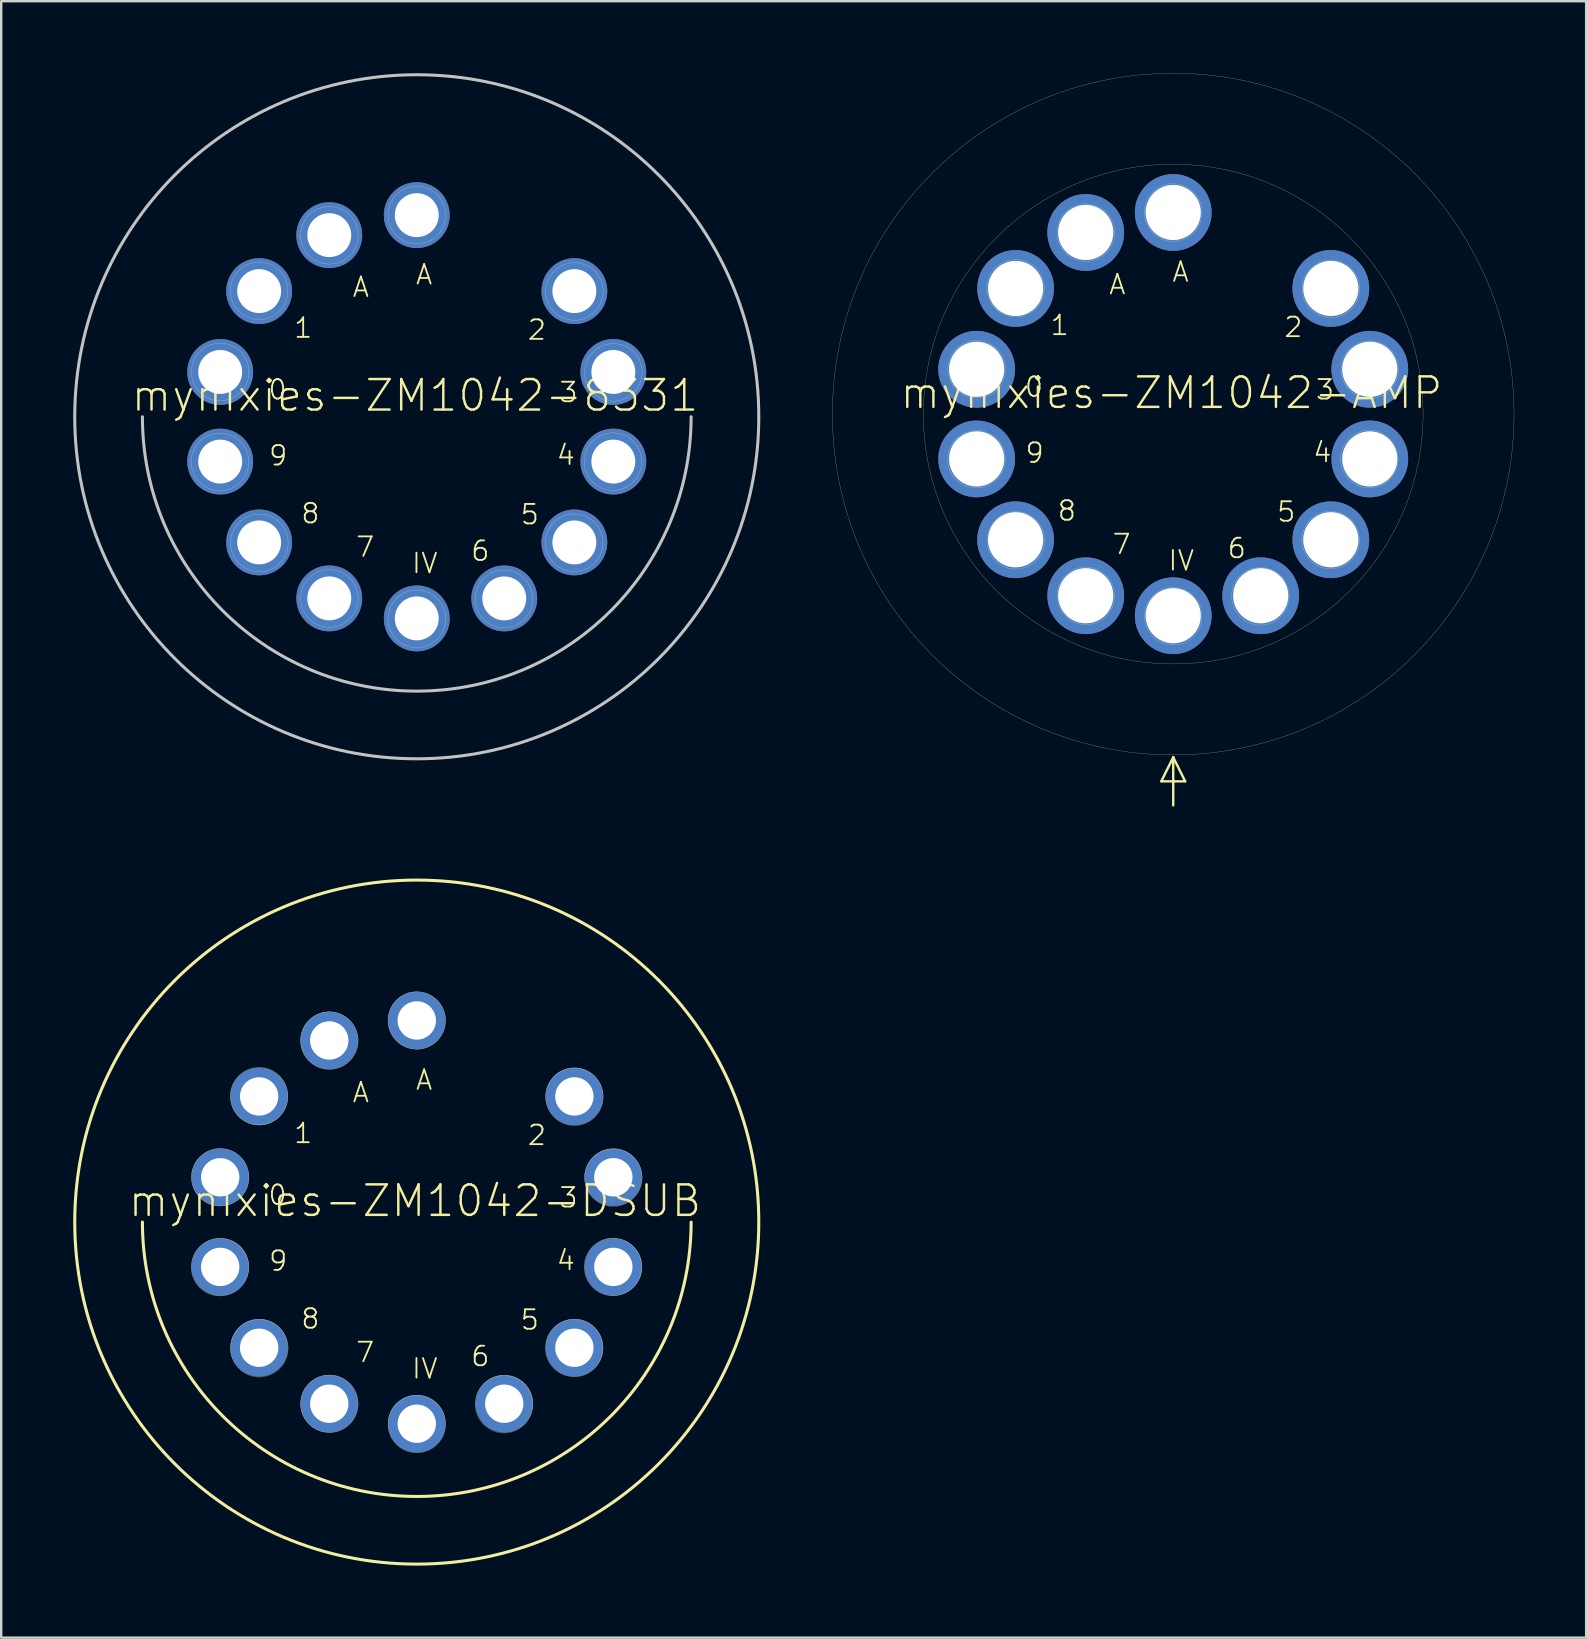
<source format=kicad_pcb>
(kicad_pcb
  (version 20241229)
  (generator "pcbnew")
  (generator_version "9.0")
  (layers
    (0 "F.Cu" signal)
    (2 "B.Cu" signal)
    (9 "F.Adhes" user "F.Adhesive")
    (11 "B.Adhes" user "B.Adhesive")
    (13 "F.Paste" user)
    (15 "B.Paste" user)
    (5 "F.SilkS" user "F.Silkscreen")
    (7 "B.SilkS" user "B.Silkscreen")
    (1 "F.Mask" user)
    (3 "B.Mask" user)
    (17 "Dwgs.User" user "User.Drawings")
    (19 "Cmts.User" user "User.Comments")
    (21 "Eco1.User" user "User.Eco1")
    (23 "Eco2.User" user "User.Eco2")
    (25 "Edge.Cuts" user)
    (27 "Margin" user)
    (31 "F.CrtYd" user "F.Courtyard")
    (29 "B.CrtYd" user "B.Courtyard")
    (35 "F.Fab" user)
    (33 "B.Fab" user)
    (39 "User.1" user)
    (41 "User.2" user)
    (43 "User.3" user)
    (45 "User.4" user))
  (footprint "mynixies-ZM1042-AMP"
    (layer "F.Cu")
    (at 45.828 14.202)
    (property "Reference" "mynixies-ZM1042-AMP" (at -0.074 -0.884 0) (layer "F.SilkS") (effects (font (size 1.27 1.27) (thickness 0.102))))
    (attr exclude_from_pos_files exclude_from_bom)
    (fp_line (start -0.498 15.298) (end 0.498 15.298) (stroke (width 0.1) (type solid)) (layer "F.SilkS"))
    (fp_line (start 0 14.298) (end -0.498 15.298) (stroke (width 0.1) (type solid)) (layer "F.SilkS"))
    (fp_line (start 0 14.298) (end 0 16.299) (stroke (width 0.1) (type solid)) (layer "F.SilkS"))
    (fp_line (start 0.498 15.298) (end 0 14.298) (stroke (width 0.1) (type solid)) (layer "F.SilkS"))
    (fp_circle (center -8.199 1.88) (end -8.199 0.681) (stroke (width 0.008) (type solid)) (fill no) (layer "F.SilkS"))
    (fp_circle (center -8.189 -1.869) (end -8.189 -3.068) (stroke (width 0.008) (type solid)) (fill no) (layer "F.SilkS"))
    (fp_circle (center -6.568 -5.248) (end -6.568 -6.447) (stroke (width 0.008) (type solid)) (fill no) (layer "F.SilkS"))
    (fp_circle (center -6.558 5.258) (end -6.558 4.059) (stroke (width 0.008) (type solid)) (fill no) (layer "F.SilkS"))
    (fp_circle (center -3.64 -7.559) (end -3.64 -8.758) (stroke (width 0.008) (type solid)) (fill no) (layer "F.SilkS"))
    (fp_circle (center -3.64 7.569) (end -3.64 6.37) (stroke (width 0.008) (type solid)) (fill no) (layer "F.SilkS"))
    (fp_circle (center 0 -8.4) (end 0 -9.599) (stroke (width 0.008) (type solid)) (fill no) (layer "F.SilkS"))
    (fp_circle (center 0 0) (end 0 -14.199) (stroke (width 0.008) (type solid)) (fill no) (layer "F.SilkS"))
    (fp_circle (center 0 0) (end 0 -10.409) (stroke (width 0.008) (type solid)) (fill no) (layer "F.SilkS"))
    (fp_circle (center 0 8.418) (end 0 7.219) (stroke (width 0.008) (type solid)) (fill no) (layer "F.SilkS"))
    (fp_circle (center 3.63 7.59) (end 3.63 6.391) (stroke (width 0.008) (type solid)) (fill no) (layer "F.SilkS"))
    (fp_circle (center 6.558 5.248) (end 6.558 4.049) (stroke (width 0.008) (type solid)) (fill no) (layer "F.SilkS"))
    (fp_circle (center 6.568 -5.22) (end 6.568 -6.419) (stroke (width 0.008) (type solid)) (fill no) (layer "F.SilkS"))
    (fp_circle (center 8.169 1.869) (end 8.169 0.671) (stroke (width 0.008) (type solid)) (fill no) (layer "F.SilkS"))
    (fp_circle (center 8.189 -1.849) (end 8.189 -3.048) (stroke (width 0.008) (type solid)) (fill no) (layer "F.SilkS"))
    (fp_text user "1" (at -4.732 -3.703 0) (layer "F.SilkS") (effects (font (size 0.813 0.813) (thickness 0.076))))
    (fp_text user "0" (at -5.801 -1.13 0) (layer "F.SilkS") (effects (font (size 0.813 0.813) (thickness 0.076))))
    (fp_text user "IV" (at 0.335 6.104 0) (layer "F.SilkS") (effects (font (size 0.813 0.813) (thickness 0.076))))
    (fp_text user "2" (at 5.004 -3.619 0) (layer "F.SilkS") (effects (font (size 0.813 0.813) (thickness 0.076))))
    (fp_text user "6" (at 2.647 5.591 0) (layer "F.SilkS") (effects (font (size 0.813 0.813) (thickness 0.076))))
    (fp_text user "9" (at -5.773 1.618 0) (layer "F.SilkS") (effects (font (size 0.813 0.813) (thickness 0.076))))
    (fp_text user "4" (at 6.21 1.593 0) (layer "F.SilkS") (effects (font (size 0.813 0.813) (thickness 0.076))))
    (fp_text user "A" (at -2.329 -5.403 0) (layer "F.SilkS") (effects (font (size 0.813 0.813) (thickness 0.076))))
    (fp_text user "A" (at 0.307 -5.923 0) (layer "F.SilkS") (effects (font (size 0.813 0.813) (thickness 0.076))))
    (fp_text user "5" (at 4.709 4.072 0) (layer "F.SilkS") (effects (font (size 0.813 0.813) (thickness 0.076))))
    (fp_text user "3" (at 6.322 -1.019 0) (layer "F.SilkS") (effects (font (size 0.813 0.813) (thickness 0.076))))
    (fp_text user "8" (at -4.432 4.028 0) (layer "F.SilkS") (effects (font (size 0.813 0.813) (thickness 0.076))))
    (fp_text user "7" (at -2.151 5.423 0) (layer "F.SilkS") (effects (font (size 0.813 0.813) (thickness 0.076))))
    (pad "0" thru_hole circle (at -8.189 -1.867) (size 3.198 3.198) (drill 2.299) (layers "*.Cu" "*.Mask"))
    (pad "1" thru_hole circle (at -6.566 -5.235) (size 3.198 3.198) (drill 2.299) (layers "*.Cu" "*.Mask"))
    (pad "2" thru_hole circle (at 6.566 -5.235) (size 3.198 3.198) (drill 2.299) (layers "*.Cu" "*.Mask"))
    (pad "3" thru_hole circle (at 8.189 -1.867) (size 3.198 3.198) (drill 2.299) (layers "*.Cu" "*.Mask"))
    (pad "4" thru_hole circle (at 8.189 1.867) (size 3.198 3.198) (drill 2.299) (layers "*.Cu" "*.Mask"))
    (pad "5" thru_hole circle (at 6.566 5.235) (size 3.198 3.198) (drill 2.299) (layers "*.Cu" "*.Mask"))
    (pad "6" thru_hole circle (at 3.645 7.567) (size 3.198 3.198) (drill 2.299) (layers "*.Cu" "*.Mask"))
    (pad "7" thru_hole circle (at -3.645 7.567) (size 3.198 3.198) (drill 2.299) (layers "*.Cu" "*.Mask"))
    (pad "8" thru_hole circle (at -6.566 5.235) (size 3.198 3.198) (drill 2.299) (layers "*.Cu" "*.Mask"))
    (pad "9" thru_hole circle (at -8.189 1.867) (size 3.198 3.198) (drill 2.299) (layers "*.Cu" "*.Mask"))
    (pad "A" thru_hole circle (at 0 -8.4) (size 3.198 3.198) (drill 2.299) (layers "*.Cu" "*.Mask"))
    (pad "A1" thru_hole circle (at -3.645 -7.567) (size 3.198 3.198) (drill 2.299) (layers "*.Cu" "*.Mask"))
    (pad "IV" thru_hole circle (at 0 8.4) (size 3.198 3.198) (drill 2.299) (layers "*.Cu" "*.Mask")))
  (footprint "mynixies-ZM1042-DSUB"
    (layer "F.Cu")
    (at 14.313 47.864)
    (property "Reference" "mynixies-ZM1042-DSUB" (at -0.074 -0.884 0) (layer "F.SilkS") (effects (font (size 1.27 1.27) (thickness 0.102))))
    (attr exclude_from_pos_files exclude_from_bom)
    (fp_arc (start 11.43 0) (mid 0 11.43) (end -11.43 0) (stroke (width 0.127) (type solid)) (layer "F.SilkS"))
    (fp_circle (center -8.199 1.88) (end -8.199 0.681) (stroke (width 0.008) (type solid)) (fill no) (layer "F.SilkS"))
    (fp_circle (center -8.189 -1.869) (end -8.189 -3.068) (stroke (width 0.008) (type solid)) (fill no) (layer "F.SilkS"))
    (fp_circle (center -6.568 -5.248) (end -6.568 -6.447) (stroke (width 0.008) (type solid)) (fill no) (layer "F.SilkS"))
    (fp_circle (center -6.558 5.258) (end -6.558 4.059) (stroke (width 0.008) (type solid)) (fill no) (layer "F.SilkS"))
    (fp_circle (center -3.64 -7.559) (end -3.64 -8.758) (stroke (width 0.008) (type solid)) (fill no) (layer "F.SilkS"))
    (fp_circle (center -3.64 7.569) (end -3.64 6.37) (stroke (width 0.008) (type solid)) (fill no) (layer "F.SilkS"))
    (fp_circle (center 0 -8.4) (end 0 -9.599) (stroke (width 0.008) (type solid)) (fill no) (layer "F.SilkS"))
    (fp_circle (center 0 0) (end 0 -14.249) (stroke (width 0.127) (type solid)) (fill no) (layer "F.SilkS"))
    (fp_circle (center 0 8.418) (end 0 7.219) (stroke (width 0.008) (type solid)) (fill no) (layer "F.SilkS"))
    (fp_circle (center 3.63 7.59) (end 3.63 6.391) (stroke (width 0.008) (type solid)) (fill no) (layer "F.SilkS"))
    (fp_circle (center 6.558 5.248) (end 6.558 4.049) (stroke (width 0.008) (type solid)) (fill no) (layer "F.SilkS"))
    (fp_circle (center 6.568 -5.22) (end 6.568 -6.419) (stroke (width 0.008) (type solid)) (fill no) (layer "F.SilkS"))
    (fp_circle (center 8.169 1.869) (end 8.169 0.671) (stroke (width 0.008) (type solid)) (fill no) (layer "F.SilkS"))
    (fp_circle (center 8.189 -1.849) (end 8.189 -3.048) (stroke (width 0.008) (type solid)) (fill no) (layer "F.SilkS"))
    (fp_text user "7" (at -2.151 5.423 0) (layer "F.SilkS") (effects (font (size 0.813 0.813) (thickness 0.076))))
    (fp_text user "9" (at -5.773 1.618 0) (layer "F.SilkS") (effects (font (size 0.813 0.813) (thickness 0.076))))
    (fp_text user "2" (at 5.004 -3.619 0) (layer "F.SilkS") (effects (font (size 0.813 0.813) (thickness 0.076))))
    (fp_text user "8" (at -4.432 4.028 0) (layer "F.SilkS") (effects (font (size 0.813 0.813) (thickness 0.076))))
    (fp_text user "0" (at -5.801 -1.13 0) (layer "F.SilkS") (effects (font (size 0.813 0.813) (thickness 0.076))))
    (fp_text user "A" (at -2.329 -5.403 0) (layer "F.SilkS") (effects (font (size 0.813 0.813) (thickness 0.076))))
    (fp_text user "A" (at 0.307 -5.923 0) (layer "F.SilkS") (effects (font (size 0.813 0.813) (thickness 0.076))))
    (fp_text user "5" (at 4.709 4.072 0) (layer "F.SilkS") (effects (font (size 0.813 0.813) (thickness 0.076))))
    (fp_text user "4" (at 6.21 1.593 0) (layer "F.SilkS") (effects (font (size 0.813 0.813) (thickness 0.076))))
    (fp_text user "3" (at 6.322 -1.019 0) (layer "F.SilkS") (effects (font (size 0.813 0.813) (thickness 0.076))))
    (fp_text user "IV" (at 0.335 6.104 0) (layer "F.SilkS") (effects (font (size 0.813 0.813) (thickness 0.076))))
    (fp_text user "6" (at 2.647 5.591 0) (layer "F.SilkS") (effects (font (size 0.813 0.813) (thickness 0.076))))
    (fp_text user "1" (at -4.732 -3.701 0) (layer "F.SilkS") (effects (font (size 0.813 0.813) (thickness 0.076))))
    (pad "0" thru_hole circle (at -8.189 -1.867) (size 2.398 2.398) (drill 1.598) (layers "*.Cu" "*.Mask"))
    (pad "1" thru_hole circle (at -6.566 -5.235) (size 2.398 2.398) (drill 1.598) (layers "*.Cu" "*.Mask"))
    (pad "2" thru_hole circle (at 6.566 -5.235) (size 2.398 2.398) (drill 1.598) (layers "*.Cu" "*.Mask"))
    (pad "3" thru_hole circle (at 8.189 -1.867) (size 2.398 2.398) (drill 1.598) (layers "*.Cu" "*.Mask"))
    (pad "4" thru_hole circle (at 8.189 1.867) (size 2.398 2.398) (drill 1.598) (layers "*.Cu" "*.Mask"))
    (pad "5" thru_hole circle (at 6.566 5.235) (size 2.398 2.398) (drill 1.598) (layers "*.Cu" "*.Mask"))
    (pad "6" thru_hole circle (at 3.645 7.567) (size 2.398 2.398) (drill 1.598) (layers "*.Cu" "*.Mask"))
    (pad "7" thru_hole circle (at -3.645 7.567) (size 2.398 2.398) (drill 1.598) (layers "*.Cu" "*.Mask"))
    (pad "8" thru_hole circle (at -6.566 5.235) (size 2.398 2.398) (drill 1.598) (layers "*.Cu" "*.Mask"))
    (pad "9" thru_hole circle (at -8.189 1.867) (size 2.398 2.398) (drill 1.598) (layers "*.Cu" "*.Mask"))
    (pad "A" thru_hole circle (at 0 -8.4) (size 2.398 2.398) (drill 1.598) (layers "*.Cu" "*.Mask"))
    (pad "A1" thru_hole circle (at -3.645 -7.567) (size 2.398 2.398) (drill 1.598) (layers "*.Cu" "*.Mask"))
    (pad "IV" thru_hole circle (at 0 8.4) (size 2.398 2.398) (drill 1.598) (layers "*.Cu" "*.Mask")))
  (footprint "mynixies-ZM1042-8331"
    (layer "F.Cu")
    (at 14.313 14.313)
    (property "Reference" "mynixies-ZM1042-8331" (at -0.074 -0.884 0) (layer "F.SilkS") (effects (font (size 1.27 1.27) (thickness 0.102))))
    (attr exclude_from_pos_files exclude_from_bom)
    (fp_circle (center -8.199 1.88) (end -8.199 0.681) (stroke (width 0.008) (type solid)) (fill no) (layer "F.SilkS"))
    (fp_circle (center -8.189 -1.869) (end -8.189 -3.068) (stroke (width 0.008) (type solid)) (fill no) (layer "F.SilkS"))
    (fp_circle (center -6.568 -5.248) (end -6.568 -6.447) (stroke (width 0.008) (type solid)) (fill no) (layer "F.SilkS"))
    (fp_circle (center -6.558 5.258) (end -6.558 4.059) (stroke (width 0.008) (type solid)) (fill no) (layer "F.SilkS"))
    (fp_circle (center -3.64 -7.559) (end -3.64 -8.758) (stroke (width 0.008) (type solid)) (fill no) (layer "F.SilkS"))
    (fp_circle (center -3.64 7.569) (end -3.64 6.37) (stroke (width 0.008) (type solid)) (fill no) (layer "F.SilkS"))
    (fp_circle (center 0 -8.4) (end 0 -9.599) (stroke (width 0.008) (type solid)) (fill no) (layer "F.SilkS"))
    (fp_circle (center 0 8.418) (end 0 7.219) (stroke (width 0.008) (type solid)) (fill no) (layer "F.SilkS"))
    (fp_circle (center 3.63 7.59) (end 3.63 6.391) (stroke (width 0.008) (type solid)) (fill no) (layer "F.SilkS"))
    (fp_circle (center 6.558 5.248) (end 6.558 4.049) (stroke (width 0.008) (type solid)) (fill no) (layer "F.SilkS"))
    (fp_circle (center 6.568 -5.22) (end 6.568 -6.419) (stroke (width 0.008) (type solid)) (fill no) (layer "F.SilkS"))
    (fp_circle (center 8.169 1.869) (end 8.169 0.671) (stroke (width 0.008) (type solid)) (fill no) (layer "F.SilkS"))
    (fp_circle (center 8.189 -1.849) (end 8.189 -3.048) (stroke (width 0.008) (type solid)) (fill no) (layer "F.SilkS"))
    (fp_arc (start 11.43 0) (mid 0 11.43) (end -11.43 0) (stroke (width 0.127) (type solid)) (layer "Dwgs.User"))
    (fp_circle (center 0 0) (end 0 -14.249) (stroke (width 0.127) (type solid)) (fill no) (layer "Dwgs.User"))
    (fp_text user "1" (at -4.732 -3.701 0) (layer "F.SilkS") (effects (font (size 0.813 0.813) (thickness 0.076))))
    (fp_text user "A" (at -2.329 -5.403 0) (layer "F.SilkS") (effects (font (size 0.813 0.813) (thickness 0.076))))
    (fp_text user "3" (at 6.322 -1.019 0) (layer "F.SilkS") (effects (font (size 0.813 0.813) (thickness 0.076))))
    (fp_text user "A" (at 0.307 -5.923 0) (layer "F.SilkS") (effects (font (size 0.813 0.813) (thickness 0.076))))
    (fp_text user "8" (at -4.432 4.028 0) (layer "F.SilkS") (effects (font (size 0.813 0.813) (thickness 0.076))))
    (fp_text user "0" (at -5.801 -1.13 0) (layer "F.SilkS") (effects (font (size 0.813 0.813) (thickness 0.076))))
    (fp_text user "IV" (at 0.335 6.104 0) (layer "F.SilkS") (effects (font (size 0.813 0.813) (thickness 0.076))))
    (fp_text user "5" (at 4.709 4.072 0) (layer "F.SilkS") (effects (font (size 0.813 0.813) (thickness 0.076))))
    (fp_text user "6" (at 2.647 5.591 0) (layer "F.SilkS") (effects (font (size 0.813 0.813) (thickness 0.076))))
    (fp_text user "9" (at -5.773 1.618 0) (layer "F.SilkS") (effects (font (size 0.813 0.813) (thickness 0.076))))
    (fp_text user "7" (at -2.151 5.423 0) (layer "F.SilkS") (effects (font (size 0.813 0.813) (thickness 0.076))))
    (fp_text user "2" (at 5.004 -3.619 0) (layer "F.SilkS") (effects (font (size 0.813 0.813) (thickness 0.076))))
    (fp_text user "4" (at 6.21 1.593 0) (layer "F.SilkS") (effects (font (size 0.813 0.813) (thickness 0.076))))
    (pad "0" thru_hole circle (at -8.189 -1.867) (size 2.743 2.743) (drill 1.829) (layers "*.Cu" "*.Mask"))
    (pad "1" thru_hole circle (at -6.566 -5.235) (size 2.743 2.743) (drill 1.829) (layers "*.Cu" "*.Mask"))
    (pad "2" thru_hole circle (at 6.566 -5.235) (size 2.743 2.743) (drill 1.829) (layers "*.Cu" "*.Mask"))
    (pad "3" thru_hole circle (at 8.189 -1.867) (size 2.743 2.743) (drill 1.829) (layers "*.Cu" "*.Mask"))
    (pad "4" thru_hole circle (at 8.189 1.867) (size 2.743 2.743) (drill 1.829) (layers "*.Cu" "*.Mask"))
    (pad "5" thru_hole circle (at 6.566 5.235) (size 2.743 2.743) (drill 1.829) (layers "*.Cu" "*.Mask"))
    (pad "6" thru_hole circle (at 3.645 7.567) (size 2.743 2.743) (drill 1.829) (layers "*.Cu" "*.Mask"))
    (pad "7" thru_hole circle (at -3.645 7.567) (size 2.743 2.743) (drill 1.829) (layers "*.Cu" "*.Mask"))
    (pad "8" thru_hole circle (at -6.566 5.235) (size 2.743 2.743) (drill 1.829) (layers "*.Cu" "*.Mask"))
    (pad "9" thru_hole circle (at -8.189 1.867) (size 2.743 2.743) (drill 1.829) (layers "*.Cu" "*.Mask"))
    (pad "A" thru_hole circle (at 0 -8.4) (size 2.743 2.743) (drill 1.829) (layers "*.Cu" "*.Mask"))
    (pad "A1" thru_hole circle (at -3.645 -7.567) (size 2.743 2.743) (drill 1.829) (layers "*.Cu" "*.Mask"))
    (pad "IV" thru_hole circle (at 0 8.4) (size 2.743 2.743) (drill 1.829) (layers "*.Cu" "*.Mask")))
  (gr_rect
    (start -3 -3)
    (end 63.031 65.177)
    (stroke (width 0.1) (type default))
    (fill no)
    (layer "Edge.Cuts")))
</source>
